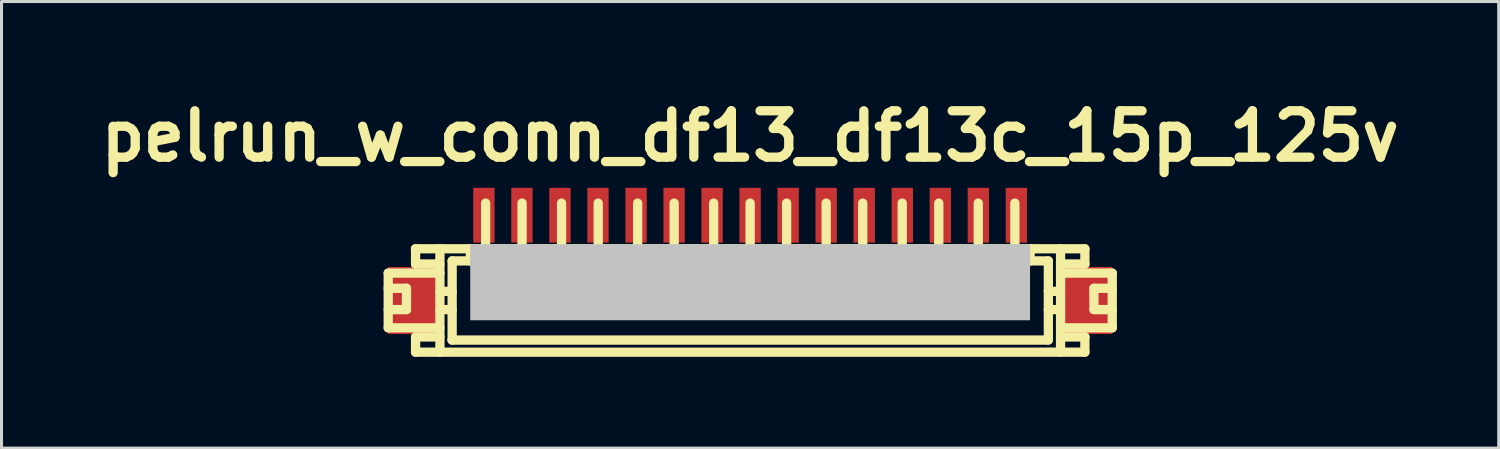
<source format=kicad_pcb>
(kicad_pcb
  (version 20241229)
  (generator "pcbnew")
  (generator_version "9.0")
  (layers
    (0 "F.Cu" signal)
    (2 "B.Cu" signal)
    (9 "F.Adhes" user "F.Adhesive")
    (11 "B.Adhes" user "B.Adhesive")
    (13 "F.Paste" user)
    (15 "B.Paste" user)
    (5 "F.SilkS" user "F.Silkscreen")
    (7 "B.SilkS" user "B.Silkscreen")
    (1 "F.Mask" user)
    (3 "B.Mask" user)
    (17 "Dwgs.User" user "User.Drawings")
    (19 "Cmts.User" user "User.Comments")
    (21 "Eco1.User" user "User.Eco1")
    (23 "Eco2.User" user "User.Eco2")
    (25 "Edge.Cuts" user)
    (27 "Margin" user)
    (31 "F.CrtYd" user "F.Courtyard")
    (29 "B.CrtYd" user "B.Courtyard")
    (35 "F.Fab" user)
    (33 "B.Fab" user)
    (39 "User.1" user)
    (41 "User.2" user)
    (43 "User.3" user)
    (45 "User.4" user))
  (footprint "pelrun_w_conn_df13_df13c_15p_125v"
    (layer "F.Cu")
    (at 21.605 6.026)
    (property "Reference" "pelrun_w_conn_df13_df13c_15p_125v" (at 0 -4.6 0) (layer "F.SilkS") (effects (font (size 1.524 1.524) (thickness 0.305))))
    (attr through_hole)
    (fp_line (start -11.895 -0.099) (end -10.196 -0.099) (stroke (width 0.305) (type solid)) (layer "F.SilkS"))
    (fp_line (start -11.895 0.399) (end -11.295 0.399) (stroke (width 0.305) (type solid)) (layer "F.SilkS"))
    (fp_line (start -11.895 1.699) (end -11.895 -0.099) (stroke (width 0.305) (type solid)) (layer "F.SilkS"))
    (fp_line (start -11.895 1.699) (end -10.196 1.699) (stroke (width 0.305) (type solid)) (layer "F.SilkS"))
    (fp_line (start -11.295 0.399) (end -11.295 1.1) (stroke (width 0.305) (type solid)) (layer "F.SilkS"))
    (fp_line (start -11.295 1.1) (end -11.895 1.1) (stroke (width 0.305) (type solid)) (layer "F.SilkS"))
    (fp_line (start -10.996 -0.399) (end -10.996 -0.899) (stroke (width 0.305) (type solid)) (layer "F.SilkS"))
    (fp_line (start -10.996 2.499) (end -10.996 1.999) (stroke (width 0.305) (type solid)) (layer "F.SilkS"))
    (fp_line (start -10.196 -0.899) (end -10.196 2.499) (stroke (width 0.305) (type solid)) (layer "F.SilkS"))
    (fp_line (start -10.196 -0.399) (end -10.996 -0.399) (stroke (width 0.305) (type solid)) (layer "F.SilkS"))
    (fp_line (start -10.196 0.5) (end -9.794 0.5) (stroke (width 0.305) (type solid)) (layer "F.SilkS"))
    (fp_line (start -10.196 1.1) (end -9.794 1.1) (stroke (width 0.305) (type solid)) (layer "F.SilkS"))
    (fp_line (start -10.196 1.999) (end -10.996 1.999) (stroke (width 0.305) (type solid)) (layer "F.SilkS"))
    (fp_line (start -9.799 2.101) (end 9.799 2.101) (stroke (width 0.305) (type solid)) (layer "F.SilkS"))
    (fp_line (start -9.794 -0.5) (end -9.195 -0.5) (stroke (width 0.305) (type solid)) (layer "F.SilkS"))
    (fp_line (start -9.794 2.101) (end -9.794 -0.5) (stroke (width 0.305) (type solid)) (layer "F.SilkS"))
    (fp_line (start -9.195 -0.902) (end -9.195 -0.5) (stroke (width 0.305) (type solid)) (layer "F.SilkS"))
    (fp_line (start -8.796 0.998) (end -8.796 1.199) (stroke (width 0.305) (type solid)) (layer "F.SilkS"))
    (fp_line (start -8.796 1.199) (end -8.595 1.199) (stroke (width 0.305) (type solid)) (layer "F.SilkS"))
    (fp_line (start -8.694 -0.902) (end -8.694 -2.4) (stroke (width 0.305) (type solid)) (layer "F.SilkS"))
    (fp_line (start -8.595 0.998) (end -8.796 0.998) (stroke (width 0.305) (type solid)) (layer "F.SilkS"))
    (fp_line (start -8.595 1.199) (end -8.595 0.998) (stroke (width 0.305) (type solid)) (layer "F.SilkS"))
    (fp_line (start -7.6 1.001) (end -7.402 1.001) (stroke (width 0.305) (type solid)) (layer "F.SilkS"))
    (fp_line (start -7.6 1.199) (end -7.6 1.001) (stroke (width 0.305) (type solid)) (layer "F.SilkS"))
    (fp_line (start -7.496 -0.899) (end -7.496 -2.4) (stroke (width 0.305) (type solid)) (layer "F.SilkS"))
    (fp_line (start -7.402 1.001) (end -7.402 1.199) (stroke (width 0.305) (type solid)) (layer "F.SilkS"))
    (fp_line (start -7.402 1.199) (end -7.6 1.199) (stroke (width 0.305) (type solid)) (layer "F.SilkS"))
    (fp_line (start -6.297 1.001) (end -6.099 1.001) (stroke (width 0.305) (type solid)) (layer "F.SilkS"))
    (fp_line (start -6.297 1.199) (end -6.297 1.001) (stroke (width 0.305) (type solid)) (layer "F.SilkS"))
    (fp_line (start -6.198 -2.4) (end -6.198 -0.899) (stroke (width 0.305) (type solid)) (layer "F.SilkS"))
    (fp_line (start -6.099 1.001) (end -6.099 1.199) (stroke (width 0.305) (type solid)) (layer "F.SilkS"))
    (fp_line (start -6.099 1.199) (end -6.297 1.199) (stroke (width 0.305) (type solid)) (layer "F.SilkS"))
    (fp_line (start -5.098 1.001) (end -4.9 1.001) (stroke (width 0.305) (type solid)) (layer "F.SilkS"))
    (fp_line (start -5.098 1.199) (end -5.098 1.001) (stroke (width 0.305) (type solid)) (layer "F.SilkS"))
    (fp_line (start -4.994 -0.899) (end -4.994 -2.4) (stroke (width 0.305) (type solid)) (layer "F.SilkS"))
    (fp_line (start -4.9 1.001) (end -4.9 1.199) (stroke (width 0.305) (type solid)) (layer "F.SilkS"))
    (fp_line (start -4.9 1.199) (end -5.098 1.199) (stroke (width 0.305) (type solid)) (layer "F.SilkS"))
    (fp_line (start -3.797 1.001) (end -3.599 1.001) (stroke (width 0.305) (type solid)) (layer "F.SilkS"))
    (fp_line (start -3.797 1.199) (end -3.797 1.001) (stroke (width 0.305) (type solid)) (layer "F.SilkS"))
    (fp_line (start -3.698 -0.899) (end -3.698 -2.4) (stroke (width 0.305) (type solid)) (layer "F.SilkS"))
    (fp_line (start -3.599 1.001) (end -3.599 1.199) (stroke (width 0.305) (type solid)) (layer "F.SilkS"))
    (fp_line (start -3.599 1.199) (end -3.797 1.199) (stroke (width 0.305) (type solid)) (layer "F.SilkS"))
    (fp_line (start -2.598 1.001) (end -2.4 1.001) (stroke (width 0.305) (type solid)) (layer "F.SilkS"))
    (fp_line (start -2.598 1.199) (end -2.598 1.001) (stroke (width 0.305) (type solid)) (layer "F.SilkS"))
    (fp_line (start -2.497 -2.4) (end -2.497 -0.899) (stroke (width 0.305) (type solid)) (layer "F.SilkS"))
    (fp_line (start -2.4 1.001) (end -2.4 1.199) (stroke (width 0.305) (type solid)) (layer "F.SilkS"))
    (fp_line (start -2.4 1.199) (end -2.598 1.199) (stroke (width 0.305) (type solid)) (layer "F.SilkS"))
    (fp_line (start -1.3 1.001) (end -1.1 1.001) (stroke (width 0.305) (type solid)) (layer "F.SilkS"))
    (fp_line (start -1.3 1.199) (end -1.3 1.001) (stroke (width 0.305) (type solid)) (layer "F.SilkS"))
    (fp_line (start -1.199 -0.899) (end -1.199 -2.4) (stroke (width 0.305) (type solid)) (layer "F.SilkS"))
    (fp_line (start -1.1 1.001) (end -1.1 1.199) (stroke (width 0.305) (type solid)) (layer "F.SilkS"))
    (fp_line (start -1.1 1.199) (end -1.3 1.199) (stroke (width 0.305) (type solid)) (layer "F.SilkS"))
    (fp_line (start -0.099 1.001) (end 0.099 1.001) (stroke (width 0.305) (type solid)) (layer "F.SilkS"))
    (fp_line (start -0.099 1.199) (end -0.099 1.001) (stroke (width 0.305) (type solid)) (layer "F.SilkS"))
    (fp_line (start 0 -0.899) (end 0 -2.4) (stroke (width 0.305) (type solid)) (layer "F.SilkS"))
    (fp_line (start 0.099 1.001) (end 0.099 1.199) (stroke (width 0.305) (type solid)) (layer "F.SilkS"))
    (fp_line (start 0.099 1.199) (end -0.099 1.199) (stroke (width 0.305) (type solid)) (layer "F.SilkS"))
    (fp_line (start 1.1 1.001) (end 1.3 1.001) (stroke (width 0.305) (type solid)) (layer "F.SilkS"))
    (fp_line (start 1.1 1.199) (end 1.1 1.001) (stroke (width 0.305) (type solid)) (layer "F.SilkS"))
    (fp_line (start 1.199 -2.4) (end 1.199 -0.899) (stroke (width 0.305) (type solid)) (layer "F.SilkS"))
    (fp_line (start 1.3 1.001) (end 1.3 1.199) (stroke (width 0.305) (type solid)) (layer "F.SilkS"))
    (fp_line (start 1.3 1.199) (end 1.1 1.199) (stroke (width 0.305) (type solid)) (layer "F.SilkS"))
    (fp_line (start 2.4 1.001) (end 2.601 1.001) (stroke (width 0.305) (type solid)) (layer "F.SilkS"))
    (fp_line (start 2.4 1.199) (end 2.4 1.001) (stroke (width 0.305) (type solid)) (layer "F.SilkS"))
    (fp_line (start 2.499 -0.899) (end 2.499 -2.4) (stroke (width 0.305) (type solid)) (layer "F.SilkS"))
    (fp_line (start 2.601 1.001) (end 2.601 1.199) (stroke (width 0.305) (type solid)) (layer "F.SilkS"))
    (fp_line (start 2.601 1.199) (end 2.4 1.199) (stroke (width 0.305) (type solid)) (layer "F.SilkS"))
    (fp_line (start 3.604 1.001) (end 3.802 1.001) (stroke (width 0.305) (type solid)) (layer "F.SilkS"))
    (fp_line (start 3.604 1.199) (end 3.604 1.001) (stroke (width 0.305) (type solid)) (layer "F.SilkS"))
    (fp_line (start 3.701 -2.4) (end 3.701 -0.899) (stroke (width 0.305) (type solid)) (layer "F.SilkS"))
    (fp_line (start 3.802 1.001) (end 3.802 1.199) (stroke (width 0.305) (type solid)) (layer "F.SilkS"))
    (fp_line (start 3.802 1.199) (end 3.604 1.199) (stroke (width 0.305) (type solid)) (layer "F.SilkS"))
    (fp_line (start 4.902 1.001) (end 5.103 1.001) (stroke (width 0.305) (type solid)) (layer "F.SilkS"))
    (fp_line (start 4.902 1.199) (end 4.902 1.001) (stroke (width 0.305) (type solid)) (layer "F.SilkS"))
    (fp_line (start 4.999 -2.4) (end 4.999 -0.899) (stroke (width 0.305) (type solid)) (layer "F.SilkS"))
    (fp_line (start 5.103 1.001) (end 5.103 1.199) (stroke (width 0.305) (type solid)) (layer "F.SilkS"))
    (fp_line (start 5.103 1.199) (end 4.902 1.199) (stroke (width 0.305) (type solid)) (layer "F.SilkS"))
    (fp_line (start 6.099 1.001) (end 6.297 1.001) (stroke (width 0.305) (type solid)) (layer "F.SilkS"))
    (fp_line (start 6.099 1.199) (end 6.099 1.001) (stroke (width 0.305) (type solid)) (layer "F.SilkS"))
    (fp_line (start 6.2 -0.899) (end 6.2 -2.4) (stroke (width 0.305) (type solid)) (layer "F.SilkS"))
    (fp_line (start 6.297 1.001) (end 6.297 1.199) (stroke (width 0.305) (type solid)) (layer "F.SilkS"))
    (fp_line (start 6.297 1.199) (end 6.099 1.199) (stroke (width 0.305) (type solid)) (layer "F.SilkS"))
    (fp_line (start 7.399 0.998) (end 7.6 0.998) (stroke (width 0.305) (type solid)) (layer "F.SilkS"))
    (fp_line (start 7.399 1.199) (end 7.399 0.998) (stroke (width 0.305) (type solid)) (layer "F.SilkS"))
    (fp_line (start 7.498 -0.899) (end 7.498 -2.4) (stroke (width 0.305) (type solid)) (layer "F.SilkS"))
    (fp_line (start 7.6 0.998) (end 7.6 1.199) (stroke (width 0.305) (type solid)) (layer "F.SilkS"))
    (fp_line (start 7.6 1.199) (end 7.399 1.199) (stroke (width 0.305) (type solid)) (layer "F.SilkS"))
    (fp_line (start 8.603 1.001) (end 8.804 1.001) (stroke (width 0.305) (type solid)) (layer "F.SilkS"))
    (fp_line (start 8.603 1.199) (end 8.603 1.001) (stroke (width 0.305) (type solid)) (layer "F.SilkS"))
    (fp_line (start 8.702 -0.902) (end 8.702 -2.4) (stroke (width 0.305) (type solid)) (layer "F.SilkS"))
    (fp_line (start 8.804 1.001) (end 8.804 1.199) (stroke (width 0.305) (type solid)) (layer "F.SilkS"))
    (fp_line (start 8.804 1.199) (end 8.603 1.199) (stroke (width 0.305) (type solid)) (layer "F.SilkS"))
    (fp_line (start 9.202 -0.5) (end 9.202 -0.902) (stroke (width 0.305) (type solid)) (layer "F.SilkS"))
    (fp_line (start 9.799 1.1) (end 10.201 1.1) (stroke (width 0.305) (type solid)) (layer "F.SilkS"))
    (fp_line (start 9.802 -0.5) (end 9.202 -0.5) (stroke (width 0.305) (type solid)) (layer "F.SilkS"))
    (fp_line (start 9.802 2.098) (end 9.802 -0.5) (stroke (width 0.305) (type solid)) (layer "F.SilkS"))
    (fp_line (start 10.201 0.5) (end 9.799 0.5) (stroke (width 0.305) (type solid)) (layer "F.SilkS"))
    (fp_line (start 10.203 -0.899) (end 10.203 2.499) (stroke (width 0.305) (type solid)) (layer "F.SilkS"))
    (fp_line (start 11.001 -0.899) (end -11.001 -0.899) (stroke (width 0.305) (type solid)) (layer "F.SilkS"))
    (fp_line (start 11.001 2.499) (end -11.001 2.499) (stroke (width 0.305) (type solid)) (layer "F.SilkS"))
    (fp_line (start 11.003 -0.399) (end 10.203 -0.399) (stroke (width 0.305) (type solid)) (layer "F.SilkS"))
    (fp_line (start 11.003 -0.399) (end 11.003 -0.899) (stroke (width 0.305) (type solid)) (layer "F.SilkS"))
    (fp_line (start 11.003 1.999) (end 10.203 1.999) (stroke (width 0.305) (type solid)) (layer "F.SilkS"))
    (fp_line (start 11.003 2.499) (end 11.003 1.999) (stroke (width 0.305) (type solid)) (layer "F.SilkS"))
    (fp_line (start 11.3 0.399) (end 11.3 1.1) (stroke (width 0.305) (type solid)) (layer "F.SilkS"))
    (fp_line (start 11.303 0.399) (end 11.902 0.399) (stroke (width 0.305) (type solid)) (layer "F.SilkS"))
    (fp_line (start 11.303 1.1) (end 11.902 1.1) (stroke (width 0.305) (type solid)) (layer "F.SilkS"))
    (fp_line (start 11.902 -0.099) (end 10.203 -0.099) (stroke (width 0.305) (type solid)) (layer "F.SilkS"))
    (fp_line (start 11.902 -0.099) (end 11.902 1.699) (stroke (width 0.305) (type solid)) (layer "F.SilkS"))
    (fp_line (start 11.902 1.699) (end 10.203 1.699) (stroke (width 0.305) (type solid)) (layer "F.SilkS"))
    (pad "" smd rect (at -11.1 0.8) (size 1.6 2.2) (layers "F.Cu" "F.Mask" "F.Paste"))
    (pad "" smd rect (at 0 0.201) (size 18.4 2.499) (layers "Dwgs.User"))
    (pad "" smd rect (at 11.1 0.8) (size 1.6 2.2) (layers "F.Cu" "F.Mask" "F.Paste"))
    (pad "1" smd rect (at -8.75 -2.002) (size 0.701 1.801) (layers "F.Cu" "F.Mask" "F.Paste"))
    (pad "2" smd rect (at -7.501 -2.002) (size 0.701 1.801) (layers "F.Cu" "F.Mask" "F.Paste"))
    (pad "3" smd rect (at -6.251 -2.002) (size 0.701 1.801) (layers "F.Cu" "F.Mask" "F.Paste"))
    (pad "4" smd rect (at -5.001 -2.002) (size 0.701 1.801) (layers "F.Cu" "F.Mask" "F.Paste"))
    (pad "5" smd rect (at -3.749 -2.002) (size 0.701 1.801) (layers "F.Cu" "F.Mask" "F.Paste"))
    (pad "6" smd rect (at -2.499 -2.002) (size 0.701 1.801) (layers "F.Cu" "F.Mask" "F.Paste"))
    (pad "7" smd rect (at -1.25 -2.002) (size 0.701 1.801) (layers "F.Cu" "F.Mask" "F.Paste"))
    (pad "8" smd rect (at 0 -2.002) (size 0.701 1.801) (layers "F.Cu" "F.Mask" "F.Paste"))
    (pad "9" smd rect (at 1.25 -2.002) (size 0.701 1.801) (layers "F.Cu" "F.Mask" "F.Paste"))
    (pad "10" smd rect (at 2.499 -2.002) (size 0.701 1.801) (layers "F.Cu" "F.Mask" "F.Paste"))
    (pad "11" smd rect (at 3.749 -2.002) (size 0.701 1.801) (layers "F.Cu" "F.Mask" "F.Paste"))
    (pad "12" smd rect (at 5.001 -2.002) (size 0.701 1.801) (layers "F.Cu" "F.Mask" "F.Paste"))
    (pad "13" smd rect (at 6.251 -2.002) (size 0.701 1.801) (layers "F.Cu" "F.Mask" "F.Paste"))
    (pad "14" smd rect (at 7.501 -2.002) (size 0.701 1.801) (layers "F.Cu" "F.Mask" "F.Paste"))
    (pad "15" smd rect (at 8.75 -2.002) (size 0.701 1.801) (layers "F.Cu" "F.Mask" "F.Paste")))
  (gr_rect
    (start -3 -3)
    (end 46.209 11.678)
    (stroke (width 0.1) (type default))
    (fill no)
    (layer "Edge.Cuts")))
</source>
